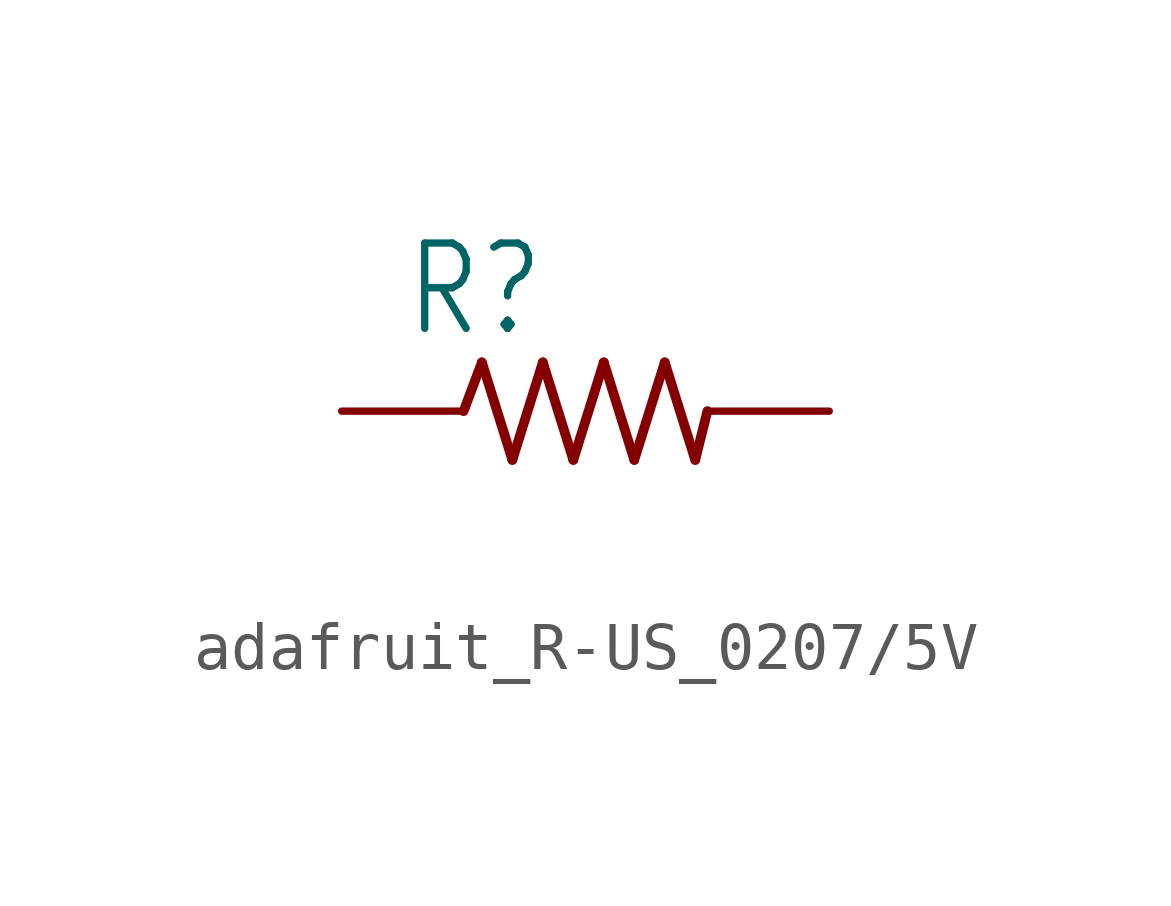
<source format=kicad_sym>
(kicad_symbol_lib
  (version 20220914)
  (generator kicad_symbol_editor)
  (symbol "adafruit_R-US_0207/5V"
    (property "Reference" "R"
      (at -3.81 1.499 0)
      (effects (font (size 1.778 1.511)) (justify left bottom)))
    (property "Value" ""
      (at -3.81 -3.302 0)
      (effects (font (size 1.778 1.511)) (justify left bottom)))
    (property "ki_locked" ""
      (at 0 0 0)
      (effects (font (size 1.27 1.27))))
    (symbol "adafruit_R-US_0207/5V_1_0"
      (polyline (pts (xy -2.54 0) (xy -2.159 1.016)) (stroke (width 0.203) (type solid)) (fill (type none)))
      (polyline (pts (xy -2.159 1.016) (xy -1.524 -1.016)) (stroke (width 0.203) (type solid)) (fill (type none)))
      (polyline (pts (xy -1.524 -1.016) (xy -0.889 1.016)) (stroke (width 0.203) (type solid)) (fill (type none)))
      (polyline (pts (xy -0.889 1.016) (xy -0.254 -1.016)) (stroke (width 0.203) (type solid)) (fill (type none)))
      (polyline (pts (xy -0.254 -1.016) (xy 0.381 1.016)) (stroke (width 0.203) (type solid)) (fill (type none)))
      (polyline (pts (xy 0.381 1.016) (xy 1.016 -1.016)) (stroke (width 0.203) (type solid)) (fill (type none)))
      (polyline (pts (xy 1.016 -1.016) (xy 1.651 1.016)) (stroke (width 0.203) (type solid)) (fill (type none)))
      (polyline (pts (xy 1.651 1.016) (xy 2.286 -1.016)) (stroke (width 0.203) (type solid)) (fill (type none)))
      (polyline (pts (xy 2.286 -1.016) (xy 2.54 0)) (stroke (width 0.203) (type solid)) (fill (type none)))
      (pin passive line (at -5.08 0 0) (length 2.54) (name "1" (effects (font (size 0 0)))) (number "1" (effects (font (size 0 0)))))
      (pin passive line (at 5.08 0 180) (length 2.54) (name "2" (effects (font (size 0 0)))) (number "2" (effects (font (size 0 0))))))))
</source>
